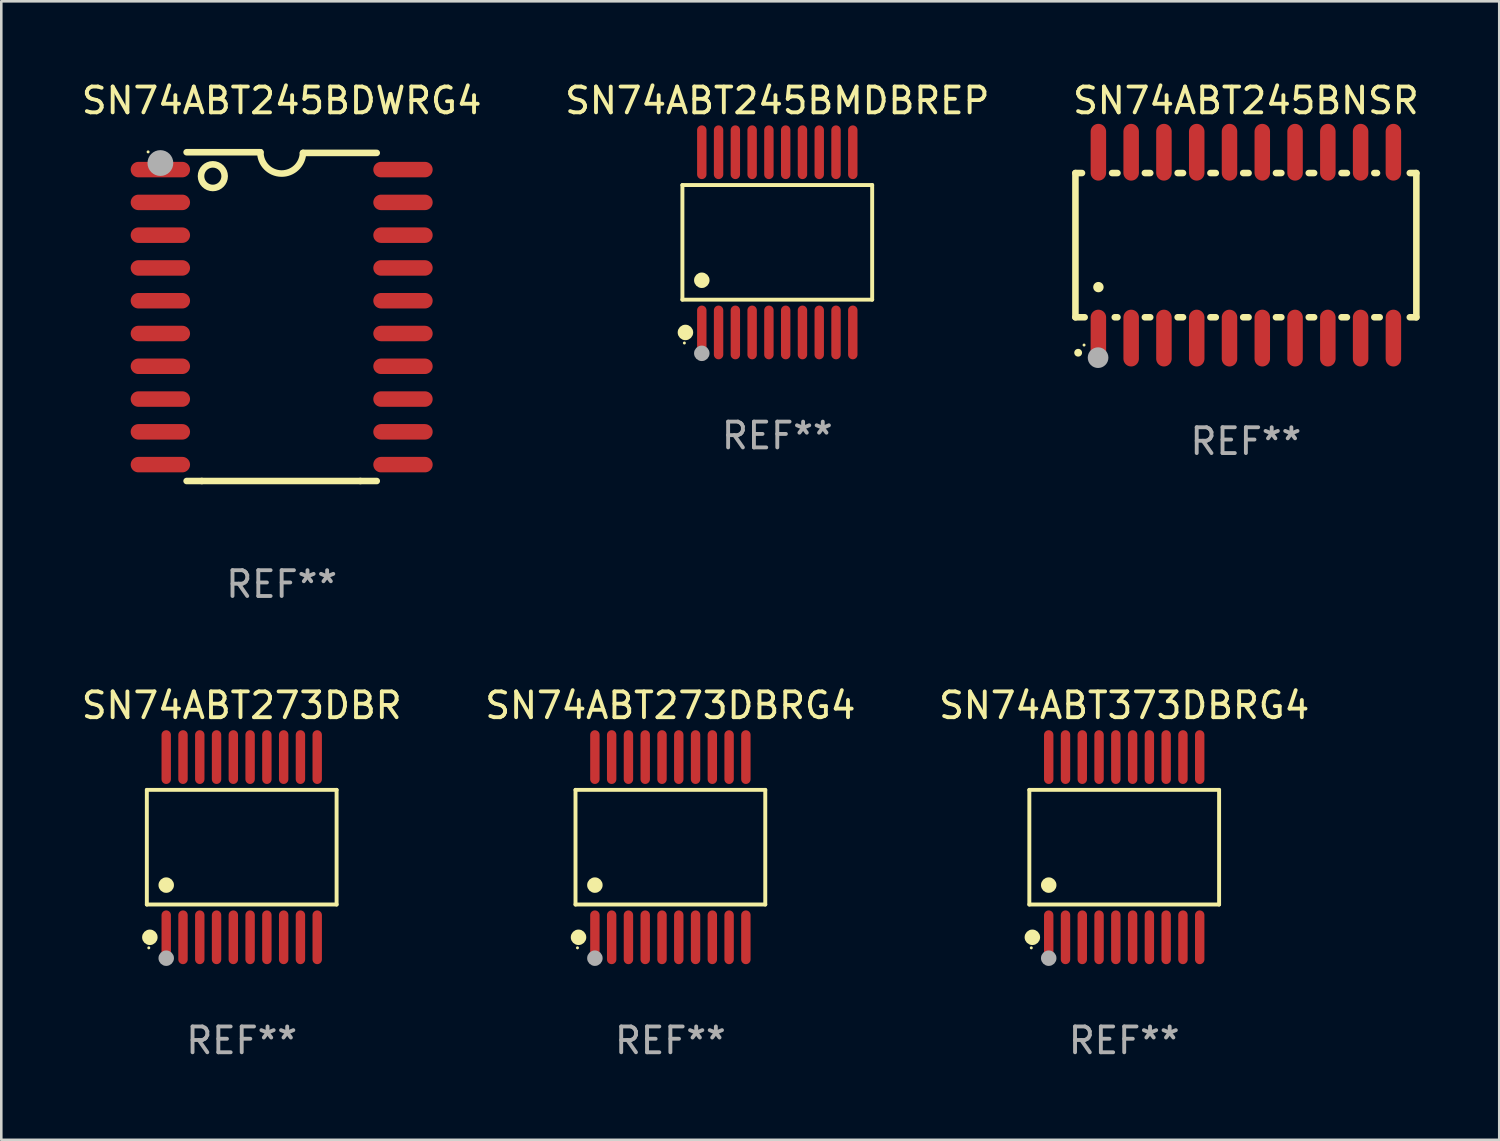
<source format=kicad_pcb>
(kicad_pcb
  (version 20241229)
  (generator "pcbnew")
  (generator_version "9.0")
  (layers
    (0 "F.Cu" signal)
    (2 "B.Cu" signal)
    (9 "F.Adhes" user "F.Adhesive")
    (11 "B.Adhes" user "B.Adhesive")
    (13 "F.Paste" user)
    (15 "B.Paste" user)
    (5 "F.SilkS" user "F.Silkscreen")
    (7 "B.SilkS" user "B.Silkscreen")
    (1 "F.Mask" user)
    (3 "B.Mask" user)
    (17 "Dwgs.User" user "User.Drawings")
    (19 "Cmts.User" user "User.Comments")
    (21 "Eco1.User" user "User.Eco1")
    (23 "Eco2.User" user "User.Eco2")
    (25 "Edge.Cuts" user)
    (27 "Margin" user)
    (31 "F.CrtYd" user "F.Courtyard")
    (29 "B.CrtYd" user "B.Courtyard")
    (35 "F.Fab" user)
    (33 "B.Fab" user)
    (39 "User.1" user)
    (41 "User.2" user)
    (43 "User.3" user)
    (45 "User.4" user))
  (footprint "SN74ABT245BDWRG4"
    (layer "F.Cu")
    (at 7.863 9.217)
    (property "Reference" "SN74ABT245BDWRG4" (at 0 -8.369 0) (layer "F.SilkS") (effects (font (size 1 1) (thickness 0.15))))
    (attr through_hole)
    (fp_line (start -3.096 6.369) (end -3.683 6.369) (stroke (width 0.254) (type solid)) (layer "F.SilkS"))
    (fp_line (start -0.825 -6.369) (end -3.683 -6.369) (stroke (width 0.254) (type solid)) (layer "F.SilkS"))
    (fp_line (start 0.826 -6.343) (end 3.683 -6.343) (stroke (width 0.254) (type solid)) (layer "F.SilkS"))
    (fp_line (start 3.048 6.369) (end -3.096 6.369) (stroke (width 0.254) (type solid)) (layer "F.SilkS"))
    (fp_line (start 3.048 6.369) (end 3.683 6.369) (stroke (width 0.254) (type solid)) (layer "F.SilkS"))
    (fp_arc (start 0.825527 -6.343129) (mid -0.012478 -5.543126) (end -0.825476 -6.36853) (stroke (width 0.254001) (type solid)) (layer "F.SilkS"))
    (fp_circle (center -5.175 -6.382) (end -5.145 -6.382) (stroke (width 0.06) (type solid)) (fill no) (layer "F.SilkS"))
    (fp_circle (center -2.667 -5.442) (end -2.209 -5.442) (stroke (width 0.254) (type solid)) (fill no) (layer "F.SilkS"))
    (fp_circle (center -4.699 -5.95) (end -4.449 -5.95) (stroke (width 0.5) (type solid)) (fill no) (layer "F.Fab"))
    (fp_text user "REF**" (at 0 10.369 0) (layer "F.Fab") (effects (font (size 1 1) (thickness 0.15))))
    (pad "1" smd oval (at -4.7 -5.696 90) (size 0.6 2.3) (layers "F.Cu" "F.Mask" "F.Paste"))
    (pad "2" smd oval (at -4.7 -4.426 90) (size 0.6 2.3) (layers "F.Cu" "F.Mask" "F.Paste"))
    (pad "3" smd oval (at -4.7 -3.156 90) (size 0.6 2.3) (layers "F.Cu" "F.Mask" "F.Paste"))
    (pad "4" smd oval (at -4.7 -1.886 90) (size 0.6 2.3) (layers "F.Cu" "F.Mask" "F.Paste"))
    (pad "5" smd oval (at -4.7 -0.616 90) (size 0.6 2.3) (layers "F.Cu" "F.Mask" "F.Paste"))
    (pad "6" smd oval (at -4.7 0.654 90) (size 0.6 2.3) (layers "F.Cu" "F.Mask" "F.Paste"))
    (pad "7" smd oval (at -4.7 1.924 90) (size 0.6 2.3) (layers "F.Cu" "F.Mask" "F.Paste"))
    (pad "8" smd oval (at -4.7 3.194 90) (size 0.6 2.3) (layers "F.Cu" "F.Mask" "F.Paste"))
    (pad "9" smd oval (at -4.7 4.464 90) (size 0.6 2.3) (layers "F.Cu" "F.Mask" "F.Paste"))
    (pad "10" smd oval (at -4.7 5.734 90) (size 0.6 2.3) (layers "F.Cu" "F.Mask" "F.Paste"))
    (pad "11" smd oval (at 4.7 5.734 90) (size 0.6 2.3) (layers "F.Cu" "F.Mask" "F.Paste"))
    (pad "12" smd oval (at 4.7 4.464 90) (size 0.6 2.3) (layers "F.Cu" "F.Mask" "F.Paste"))
    (pad "13" smd oval (at 4.7 3.194 90) (size 0.6 2.3) (layers "F.Cu" "F.Mask" "F.Paste"))
    (pad "14" smd oval (at 4.7 1.924 90) (size 0.6 2.3) (layers "F.Cu" "F.Mask" "F.Paste"))
    (pad "15" smd oval (at 4.7 0.654 90) (size 0.6 2.3) (layers "F.Cu" "F.Mask" "F.Paste"))
    (pad "16" smd oval (at 4.7 -0.616 90) (size 0.6 2.3) (layers "F.Cu" "F.Mask" "F.Paste"))
    (pad "17" smd oval (at 4.7 -1.886 90) (size 0.6 2.3) (layers "F.Cu" "F.Mask" "F.Paste"))
    (pad "18" smd oval (at 4.7 -3.156 90) (size 0.6 2.3) (layers "F.Cu" "F.Mask" "F.Paste"))
    (pad "19" smd oval (at 4.7 -4.426 90) (size 0.6 2.3) (layers "F.Cu" "F.Mask" "F.Paste"))
    (pad "20" smd oval (at 4.7 -5.696 90) (size 0.6 2.3) (layers "F.Cu" "F.Mask" "F.Paste")))
  (footprint "SN74ABT273DBRG4"
    (layer "F.Cu")
    (at 22.923 29.773)
    (property "Reference" "SN74ABT273DBRG4" (at 0 -5.491 0) (layer "F.SilkS") (effects (font (size 1 1) (thickness 0.15))))
    (attr through_hole)
    (fp_line (start -3.676 -2.221) (end 3.676 -2.221) (stroke (width 0.152) (type solid)) (layer "F.SilkS"))
    (fp_line (start -3.676 2.221) (end -3.676 -2.221) (stroke (width 0.152) (type solid)) (layer "F.SilkS"))
    (fp_line (start 3.676 -2.221) (end 3.676 2.221) (stroke (width 0.152) (type solid)) (layer "F.SilkS"))
    (fp_line (start 3.676 2.221) (end -3.676 2.221) (stroke (width 0.152) (type solid)) (layer "F.SilkS"))
    (fp_circle (center -3.6 3.9) (end -3.57 3.9) (stroke (width 0.06) (type solid)) (fill no) (layer "F.SilkS"))
    (fp_circle (center -3.559 3.491) (end -3.409 3.491) (stroke (width 0.3) (type solid)) (fill no) (layer "F.SilkS"))
    (fp_circle (center -2.925 1.469) (end -2.775 1.469) (stroke (width 0.3) (type solid)) (fill no) (layer "F.SilkS"))
    (fp_circle (center -2.925 4.3) (end -2.775 4.3) (stroke (width 0.3) (type solid)) (fill no) (layer "F.Fab"))
    (fp_text user "REF**" (at 0 7.491 0) (layer "F.Fab") (effects (font (size 1 1) (thickness 0.15))))
    (pad "1" smd oval (at -2.925 3.491) (size 0.364 2.082) (layers "F.Cu" "F.Mask" "F.Paste"))
    (pad "2" smd oval (at -2.275 3.491) (size 0.364 2.082) (layers "F.Cu" "F.Mask" "F.Paste"))
    (pad "3" smd oval (at -1.625 3.491) (size 0.364 2.082) (layers "F.Cu" "F.Mask" "F.Paste"))
    (pad "4" smd oval (at -0.975 3.491) (size 0.364 2.082) (layers "F.Cu" "F.Mask" "F.Paste"))
    (pad "5" smd oval (at -0.325 3.491) (size 0.364 2.082) (layers "F.Cu" "F.Mask" "F.Paste"))
    (pad "6" smd oval (at 0.325 3.491) (size 0.364 2.082) (layers "F.Cu" "F.Mask" "F.Paste"))
    (pad "7" smd oval (at 0.975 3.491) (size 0.364 2.082) (layers "F.Cu" "F.Mask" "F.Paste"))
    (pad "8" smd oval (at 1.625 3.491) (size 0.364 2.082) (layers "F.Cu" "F.Mask" "F.Paste"))
    (pad "9" smd oval (at 2.275 3.491) (size 0.364 2.082) (layers "F.Cu" "F.Mask" "F.Paste"))
    (pad "10" smd oval (at 2.925 3.491) (size 0.364 2.082) (layers "F.Cu" "F.Mask" "F.Paste"))
    (pad "11" smd oval (at 2.925 -3.491) (size 0.364 2.082) (layers "F.Cu" "F.Mask" "F.Paste"))
    (pad "12" smd oval (at 2.275 -3.491) (size 0.364 2.082) (layers "F.Cu" "F.Mask" "F.Paste"))
    (pad "13" smd oval (at 1.625 -3.491) (size 0.364 2.082) (layers "F.Cu" "F.Mask" "F.Paste"))
    (pad "14" smd oval (at 0.975 -3.491) (size 0.364 2.082) (layers "F.Cu" "F.Mask" "F.Paste"))
    (pad "15" smd oval (at 0.325 -3.491) (size 0.364 2.082) (layers "F.Cu" "F.Mask" "F.Paste"))
    (pad "16" smd oval (at -0.325 -3.491) (size 0.364 2.082) (layers "F.Cu" "F.Mask" "F.Paste"))
    (pad "17" smd oval (at -0.975 -3.491) (size 0.364 2.082) (layers "F.Cu" "F.Mask" "F.Paste"))
    (pad "18" smd oval (at -1.625 -3.491) (size 0.364 2.082) (layers "F.Cu" "F.Mask" "F.Paste"))
    (pad "19" smd oval (at -2.275 -3.491) (size 0.364 2.082) (layers "F.Cu" "F.Mask" "F.Paste"))
    (pad "20" smd oval (at -2.925 -3.491) (size 0.364 2.082) (layers "F.Cu" "F.Mask" "F.Paste")))
  (footprint "SN74ABT245BMDBREP"
    (layer "F.Cu")
    (at 27.065 6.339)
    (property "Reference" "SN74ABT245BMDBREP" (at 0 -5.491 0) (layer "F.SilkS") (effects (font (size 1 1) (thickness 0.15))))
    (attr through_hole)
    (fp_line (start -3.676 -2.221) (end 3.676 -2.221) (stroke (width 0.152) (type solid)) (layer "F.SilkS"))
    (fp_line (start -3.676 2.221) (end -3.676 -2.221) (stroke (width 0.152) (type solid)) (layer "F.SilkS"))
    (fp_line (start 3.676 -2.221) (end 3.676 2.221) (stroke (width 0.152) (type solid)) (layer "F.SilkS"))
    (fp_line (start 3.676 2.221) (end -3.676 2.221) (stroke (width 0.152) (type solid)) (layer "F.SilkS"))
    (fp_circle (center -3.6 3.9) (end -3.57 3.9) (stroke (width 0.06) (type solid)) (fill no) (layer "F.SilkS"))
    (fp_circle (center -3.559 3.491) (end -3.409 3.491) (stroke (width 0.3) (type solid)) (fill no) (layer "F.SilkS"))
    (fp_circle (center -2.925 1.469) (end -2.775 1.469) (stroke (width 0.3) (type solid)) (fill no) (layer "F.SilkS"))
    (fp_circle (center -2.925 4.3) (end -2.775 4.3) (stroke (width 0.3) (type solid)) (fill no) (layer "F.Fab"))
    (fp_text user "REF**" (at 0 7.491 0) (layer "F.Fab") (effects (font (size 1 1) (thickness 0.15))))
    (pad "1" smd oval (at -2.925 3.491) (size 0.364 2.082) (layers "F.Cu" "F.Mask" "F.Paste"))
    (pad "2" smd oval (at -2.275 3.491) (size 0.364 2.082) (layers "F.Cu" "F.Mask" "F.Paste"))
    (pad "3" smd oval (at -1.625 3.491) (size 0.364 2.082) (layers "F.Cu" "F.Mask" "F.Paste"))
    (pad "4" smd oval (at -0.975 3.491) (size 0.364 2.082) (layers "F.Cu" "F.Mask" "F.Paste"))
    (pad "5" smd oval (at -0.325 3.491) (size 0.364 2.082) (layers "F.Cu" "F.Mask" "F.Paste"))
    (pad "6" smd oval (at 0.325 3.491) (size 0.364 2.082) (layers "F.Cu" "F.Mask" "F.Paste"))
    (pad "7" smd oval (at 0.975 3.491) (size 0.364 2.082) (layers "F.Cu" "F.Mask" "F.Paste"))
    (pad "8" smd oval (at 1.625 3.491) (size 0.364 2.082) (layers "F.Cu" "F.Mask" "F.Paste"))
    (pad "9" smd oval (at 2.275 3.491) (size 0.364 2.082) (layers "F.Cu" "F.Mask" "F.Paste"))
    (pad "10" smd oval (at 2.925 3.491) (size 0.364 2.082) (layers "F.Cu" "F.Mask" "F.Paste"))
    (pad "11" smd oval (at 2.925 -3.491) (size 0.364 2.082) (layers "F.Cu" "F.Mask" "F.Paste"))
    (pad "12" smd oval (at 2.275 -3.491) (size 0.364 2.082) (layers "F.Cu" "F.Mask" "F.Paste"))
    (pad "13" smd oval (at 1.625 -3.491) (size 0.364 2.082) (layers "F.Cu" "F.Mask" "F.Paste"))
    (pad "14" smd oval (at 0.975 -3.491) (size 0.364 2.082) (layers "F.Cu" "F.Mask" "F.Paste"))
    (pad "15" smd oval (at 0.325 -3.491) (size 0.364 2.082) (layers "F.Cu" "F.Mask" "F.Paste"))
    (pad "16" smd oval (at -0.325 -3.491) (size 0.364 2.082) (layers "F.Cu" "F.Mask" "F.Paste"))
    (pad "17" smd oval (at -0.975 -3.491) (size 0.364 2.082) (layers "F.Cu" "F.Mask" "F.Paste"))
    (pad "18" smd oval (at -1.625 -3.491) (size 0.364 2.082) (layers "F.Cu" "F.Mask" "F.Paste"))
    (pad "19" smd oval (at -2.275 -3.491) (size 0.364 2.082) (layers "F.Cu" "F.Mask" "F.Paste"))
    (pad "20" smd oval (at -2.925 -3.491) (size 0.364 2.082) (layers "F.Cu" "F.Mask" "F.Paste")))
  (footprint "SN74ABT273DBR"
    (layer "F.Cu")
    (at 6.315 29.773)
    (property "Reference" "SN74ABT273DBR" (at 0 -5.491 0) (layer "F.SilkS") (effects (font (size 1 1) (thickness 0.15))))
    (attr through_hole)
    (fp_line (start -3.676 -2.221) (end 3.676 -2.221) (stroke (width 0.152) (type solid)) (layer "F.SilkS"))
    (fp_line (start -3.676 2.221) (end -3.676 -2.221) (stroke (width 0.152) (type solid)) (layer "F.SilkS"))
    (fp_line (start 3.676 -2.221) (end 3.676 2.221) (stroke (width 0.152) (type solid)) (layer "F.SilkS"))
    (fp_line (start 3.676 2.221) (end -3.676 2.221) (stroke (width 0.152) (type solid)) (layer "F.SilkS"))
    (fp_circle (center -3.6 3.9) (end -3.57 3.9) (stroke (width 0.06) (type solid)) (fill no) (layer "F.SilkS"))
    (fp_circle (center -3.559 3.491) (end -3.409 3.491) (stroke (width 0.3) (type solid)) (fill no) (layer "F.SilkS"))
    (fp_circle (center -2.925 1.469) (end -2.775 1.469) (stroke (width 0.3) (type solid)) (fill no) (layer "F.SilkS"))
    (fp_circle (center -2.925 4.3) (end -2.775 4.3) (stroke (width 0.3) (type solid)) (fill no) (layer "F.Fab"))
    (fp_text user "REF**" (at 0 7.491 0) (layer "F.Fab") (effects (font (size 1 1) (thickness 0.15))))
    (pad "1" smd oval (at -2.925 3.491) (size 0.364 2.082) (layers "F.Cu" "F.Mask" "F.Paste"))
    (pad "2" smd oval (at -2.275 3.491) (size 0.364 2.082) (layers "F.Cu" "F.Mask" "F.Paste"))
    (pad "3" smd oval (at -1.625 3.491) (size 0.364 2.082) (layers "F.Cu" "F.Mask" "F.Paste"))
    (pad "4" smd oval (at -0.975 3.491) (size 0.364 2.082) (layers "F.Cu" "F.Mask" "F.Paste"))
    (pad "5" smd oval (at -0.325 3.491) (size 0.364 2.082) (layers "F.Cu" "F.Mask" "F.Paste"))
    (pad "6" smd oval (at 0.325 3.491) (size 0.364 2.082) (layers "F.Cu" "F.Mask" "F.Paste"))
    (pad "7" smd oval (at 0.975 3.491) (size 0.364 2.082) (layers "F.Cu" "F.Mask" "F.Paste"))
    (pad "8" smd oval (at 1.625 3.491) (size 0.364 2.082) (layers "F.Cu" "F.Mask" "F.Paste"))
    (pad "9" smd oval (at 2.275 3.491) (size 0.364 2.082) (layers "F.Cu" "F.Mask" "F.Paste"))
    (pad "10" smd oval (at 2.925 3.491) (size 0.364 2.082) (layers "F.Cu" "F.Mask" "F.Paste"))
    (pad "11" smd oval (at 2.925 -3.491) (size 0.364 2.082) (layers "F.Cu" "F.Mask" "F.Paste"))
    (pad "12" smd oval (at 2.275 -3.491) (size 0.364 2.082) (layers "F.Cu" "F.Mask" "F.Paste"))
    (pad "13" smd oval (at 1.625 -3.491) (size 0.364 2.082) (layers "F.Cu" "F.Mask" "F.Paste"))
    (pad "14" smd oval (at 0.975 -3.491) (size 0.364 2.082) (layers "F.Cu" "F.Mask" "F.Paste"))
    (pad "15" smd oval (at 0.325 -3.491) (size 0.364 2.082) (layers "F.Cu" "F.Mask" "F.Paste"))
    (pad "16" smd oval (at -0.325 -3.491) (size 0.364 2.082) (layers "F.Cu" "F.Mask" "F.Paste"))
    (pad "17" smd oval (at -0.975 -3.491) (size 0.364 2.082) (layers "F.Cu" "F.Mask" "F.Paste"))
    (pad "18" smd oval (at -1.625 -3.491) (size 0.364 2.082) (layers "F.Cu" "F.Mask" "F.Paste"))
    (pad "19" smd oval (at -2.275 -3.491) (size 0.364 2.082) (layers "F.Cu" "F.Mask" "F.Paste"))
    (pad "20" smd oval (at -2.925 -3.491) (size 0.364 2.082) (layers "F.Cu" "F.Mask" "F.Paste")))
  (footprint "SN74ABT373DBRG4"
    (layer "F.Cu")
    (at 40.506 29.773)
    (property "Reference" "SN74ABT373DBRG4" (at 0 -5.491 0) (layer "F.SilkS") (effects (font (size 1 1) (thickness 0.15))))
    (attr through_hole)
    (fp_line (start -3.676 -2.221) (end 3.676 -2.221) (stroke (width 0.152) (type solid)) (layer "F.SilkS"))
    (fp_line (start -3.676 2.221) (end -3.676 -2.221) (stroke (width 0.152) (type solid)) (layer "F.SilkS"))
    (fp_line (start 3.676 -2.221) (end 3.676 2.221) (stroke (width 0.152) (type solid)) (layer "F.SilkS"))
    (fp_line (start 3.676 2.221) (end -3.676 2.221) (stroke (width 0.152) (type solid)) (layer "F.SilkS"))
    (fp_circle (center -3.6 3.9) (end -3.57 3.9) (stroke (width 0.06) (type solid)) (fill no) (layer "F.SilkS"))
    (fp_circle (center -3.559 3.491) (end -3.409 3.491) (stroke (width 0.3) (type solid)) (fill no) (layer "F.SilkS"))
    (fp_circle (center -2.925 1.469) (end -2.775 1.469) (stroke (width 0.3) (type solid)) (fill no) (layer "F.SilkS"))
    (fp_circle (center -2.925 4.3) (end -2.775 4.3) (stroke (width 0.3) (type solid)) (fill no) (layer "F.Fab"))
    (fp_text user "REF**" (at 0 7.491 0) (layer "F.Fab") (effects (font (size 1 1) (thickness 0.15))))
    (pad "1" smd oval (at -2.925 3.491) (size 0.364 2.082) (layers "F.Cu" "F.Mask" "F.Paste"))
    (pad "2" smd oval (at -2.275 3.491) (size 0.364 2.082) (layers "F.Cu" "F.Mask" "F.Paste"))
    (pad "3" smd oval (at -1.625 3.491) (size 0.364 2.082) (layers "F.Cu" "F.Mask" "F.Paste"))
    (pad "4" smd oval (at -0.975 3.491) (size 0.364 2.082) (layers "F.Cu" "F.Mask" "F.Paste"))
    (pad "5" smd oval (at -0.325 3.491) (size 0.364 2.082) (layers "F.Cu" "F.Mask" "F.Paste"))
    (pad "6" smd oval (at 0.325 3.491) (size 0.364 2.082) (layers "F.Cu" "F.Mask" "F.Paste"))
    (pad "7" smd oval (at 0.975 3.491) (size 0.364 2.082) (layers "F.Cu" "F.Mask" "F.Paste"))
    (pad "8" smd oval (at 1.625 3.491) (size 0.364 2.082) (layers "F.Cu" "F.Mask" "F.Paste"))
    (pad "9" smd oval (at 2.275 3.491) (size 0.364 2.082) (layers "F.Cu" "F.Mask" "F.Paste"))
    (pad "10" smd oval (at 2.925 3.491) (size 0.364 2.082) (layers "F.Cu" "F.Mask" "F.Paste"))
    (pad "11" smd oval (at 2.925 -3.491) (size 0.364 2.082) (layers "F.Cu" "F.Mask" "F.Paste"))
    (pad "12" smd oval (at 2.275 -3.491) (size 0.364 2.082) (layers "F.Cu" "F.Mask" "F.Paste"))
    (pad "13" smd oval (at 1.625 -3.491) (size 0.364 2.082) (layers "F.Cu" "F.Mask" "F.Paste"))
    (pad "14" smd oval (at 0.975 -3.491) (size 0.364 2.082) (layers "F.Cu" "F.Mask" "F.Paste"))
    (pad "15" smd oval (at 0.325 -3.491) (size 0.364 2.082) (layers "F.Cu" "F.Mask" "F.Paste"))
    (pad "16" smd oval (at -0.325 -3.491) (size 0.364 2.082) (layers "F.Cu" "F.Mask" "F.Paste"))
    (pad "17" smd oval (at -0.975 -3.491) (size 0.364 2.082) (layers "F.Cu" "F.Mask" "F.Paste"))
    (pad "18" smd oval (at -1.625 -3.491) (size 0.364 2.082) (layers "F.Cu" "F.Mask" "F.Paste"))
    (pad "19" smd oval (at -2.275 -3.491) (size 0.364 2.082) (layers "F.Cu" "F.Mask" "F.Paste"))
    (pad "20" smd oval (at -2.925 -3.491) (size 0.364 2.082) (layers "F.Cu" "F.Mask" "F.Paste")))
  (footprint "SN74ABT245BNSR"
    (layer "F.Cu")
    (at 45.22 6.448)
    (property "Reference" "SN74ABT245BNSR" (at 0 -5.6 0) (layer "F.SilkS") (effects (font (size 1 1) (thickness 0.15))))
    (attr through_hole)
    (fp_line (start -6.604 -2.794) (end -6.604 2.794) (stroke (width 0.254) (type solid)) (layer "F.SilkS"))
    (fp_line (start -6.604 2.794) (end -6.246 2.794) (stroke (width 0.254) (type solid)) (layer "F.SilkS"))
    (fp_line (start -6.35 -2.794) (end -6.604 -2.794) (stroke (width 0.254) (type solid)) (layer "F.SilkS"))
    (fp_line (start -5.184 -2.794) (end -4.976 -2.794) (stroke (width 0.254) (type solid)) (layer "F.SilkS"))
    (fp_line (start -5.08 2.794) (end -4.976 2.794) (stroke (width 0.254) (type solid)) (layer "F.SilkS"))
    (fp_line (start -3.914 -2.794) (end -3.706 -2.794) (stroke (width 0.254) (type solid)) (layer "F.SilkS"))
    (fp_line (start -3.914 2.794) (end -3.706 2.794) (stroke (width 0.254) (type solid)) (layer "F.SilkS"))
    (fp_line (start -2.644 -2.794) (end -2.436 -2.794) (stroke (width 0.254) (type solid)) (layer "F.SilkS"))
    (fp_line (start -2.644 2.794) (end -2.436 2.794) (stroke (width 0.254) (type solid)) (layer "F.SilkS"))
    (fp_line (start -1.374 -2.794) (end -1.166 -2.794) (stroke (width 0.254) (type solid)) (layer "F.SilkS"))
    (fp_line (start -1.374 2.794) (end -1.166 2.794) (stroke (width 0.254) (type solid)) (layer "F.SilkS"))
    (fp_line (start -0.104 -2.794) (end 0.104 -2.794) (stroke (width 0.254) (type solid)) (layer "F.SilkS"))
    (fp_line (start -0.104 2.794) (end 0.104 2.794) (stroke (width 0.254) (type solid)) (layer "F.SilkS"))
    (fp_line (start 1.166 -2.794) (end 1.374 -2.794) (stroke (width 0.254) (type solid)) (layer "F.SilkS"))
    (fp_line (start 1.166 2.794) (end 1.374 2.794) (stroke (width 0.254) (type solid)) (layer "F.SilkS"))
    (fp_line (start 2.436 -2.794) (end 2.644 -2.794) (stroke (width 0.254) (type solid)) (layer "F.SilkS"))
    (fp_line (start 2.436 2.794) (end 2.644 2.794) (stroke (width 0.254) (type solid)) (layer "F.SilkS"))
    (fp_line (start 3.706 -2.794) (end 3.914 -2.794) (stroke (width 0.254) (type solid)) (layer "F.SilkS"))
    (fp_line (start 3.706 2.794) (end 3.914 2.794) (stroke (width 0.254) (type solid)) (layer "F.SilkS"))
    (fp_line (start 4.976 -2.794) (end 5.08 -2.794) (stroke (width 0.254) (type solid)) (layer "F.SilkS"))
    (fp_line (start 4.976 2.794) (end 5.184 2.794) (stroke (width 0.254) (type solid)) (layer "F.SilkS"))
    (fp_line (start 6.35 -2.794) (end 6.604 -2.794) (stroke (width 0.254) (type solid)) (layer "F.SilkS"))
    (fp_line (start 6.604 -2.794) (end 6.604 2.794) (stroke (width 0.254) (type solid)) (layer "F.SilkS"))
    (fp_line (start 6.604 2.794) (end 6.35 2.794) (stroke (width 0.254) (type solid)) (layer "F.SilkS"))
    (fp_arc (start -6.499619 4.167793) (mid -6.498349 4.167788) (end -6.497079 4.167793) (stroke (width 0.3) (type solid)) (layer "F.SilkS"))
    (fp_arc (start -5.715011 1.625603) (mid -5.713741 1.625599) (end -5.712471 1.625603) (stroke (width 0.4) (type solid)) (layer "F.SilkS"))
    (fp_circle (center -6.27 3.87) (end -6.24 3.87) (stroke (width 0.06) (type solid)) (fill no) (layer "F.SilkS"))
    (fp_circle (center -5.727 4.359) (end -5.527 4.359) (stroke (width 0.4) (type solid)) (fill no) (layer "F.Fab"))
    (fp_text user "REF**" (at 0 7.6 0) (layer "F.Fab") (effects (font (size 1 1) (thickness 0.15))))
    (pad "1" smd oval (at -5.715 3.6) (size 0.6 2.2) (layers "F.Cu" "F.Mask" "F.Paste"))
    (pad "2" smd oval (at -4.445 3.6) (size 0.6 2.2) (layers "F.Cu" "F.Mask" "F.Paste"))
    (pad "3" smd oval (at -3.175 3.6) (size 0.6 2.2) (layers "F.Cu" "F.Mask" "F.Paste"))
    (pad "4" smd oval (at -1.905 3.6) (size 0.6 2.2) (layers "F.Cu" "F.Mask" "F.Paste"))
    (pad "5" smd oval (at -0.635 3.6) (size 0.6 2.2) (layers "F.Cu" "F.Mask" "F.Paste"))
    (pad "6" smd oval (at 0.635 3.6) (size 0.6 2.2) (layers "F.Cu" "F.Mask" "F.Paste"))
    (pad "7" smd oval (at 1.905 3.6) (size 0.6 2.2) (layers "F.Cu" "F.Mask" "F.Paste"))
    (pad "8" smd oval (at 3.175 3.6) (size 0.6 2.2) (layers "F.Cu" "F.Mask" "F.Paste"))
    (pad "9" smd oval (at 4.445 3.6) (size 0.6 2.2) (layers "F.Cu" "F.Mask" "F.Paste"))
    (pad "10" smd oval (at 5.715 3.6) (size 0.6 2.2) (layers "F.Cu" "F.Mask" "F.Paste"))
    (pad "11" smd oval (at 5.715 -3.6 180) (size 0.6 2.2) (layers "F.Cu" "F.Mask" "F.Paste"))
    (pad "12" smd oval (at 4.445 -3.6 180) (size 0.6 2.2) (layers "F.Cu" "F.Mask" "F.Paste"))
    (pad "13" smd oval (at 3.175 -3.6 180) (size 0.6 2.2) (layers "F.Cu" "F.Mask" "F.Paste"))
    (pad "14" smd oval (at 1.905 -3.6 180) (size 0.6 2.2) (layers "F.Cu" "F.Mask" "F.Paste"))
    (pad "15" smd oval (at 0.635 -3.6 180) (size 0.6 2.2) (layers "F.Cu" "F.Mask" "F.Paste"))
    (pad "16" smd oval (at -0.635 -3.6 180) (size 0.6 2.2) (layers "F.Cu" "F.Mask" "F.Paste"))
    (pad "17" smd oval (at -1.905 -3.6 180) (size 0.6 2.2) (layers "F.Cu" "F.Mask" "F.Paste"))
    (pad "18" smd oval (at -3.175 -3.6 180) (size 0.6 2.2) (layers "F.Cu" "F.Mask" "F.Paste"))
    (pad "19" smd oval (at -4.445 -3.6 180) (size 0.6 2.2) (layers "F.Cu" "F.Mask" "F.Paste"))
    (pad "20" smd oval (at -5.715 -3.6 180) (size 0.6 2.2) (layers "F.Cu" "F.Mask" "F.Paste")))
  (gr_rect
    (start -3 -3)
    (end 55.036 41.112)
    (stroke (width 0.1) (type default))
    (fill no)
    (layer "Edge.Cuts")))
</source>
